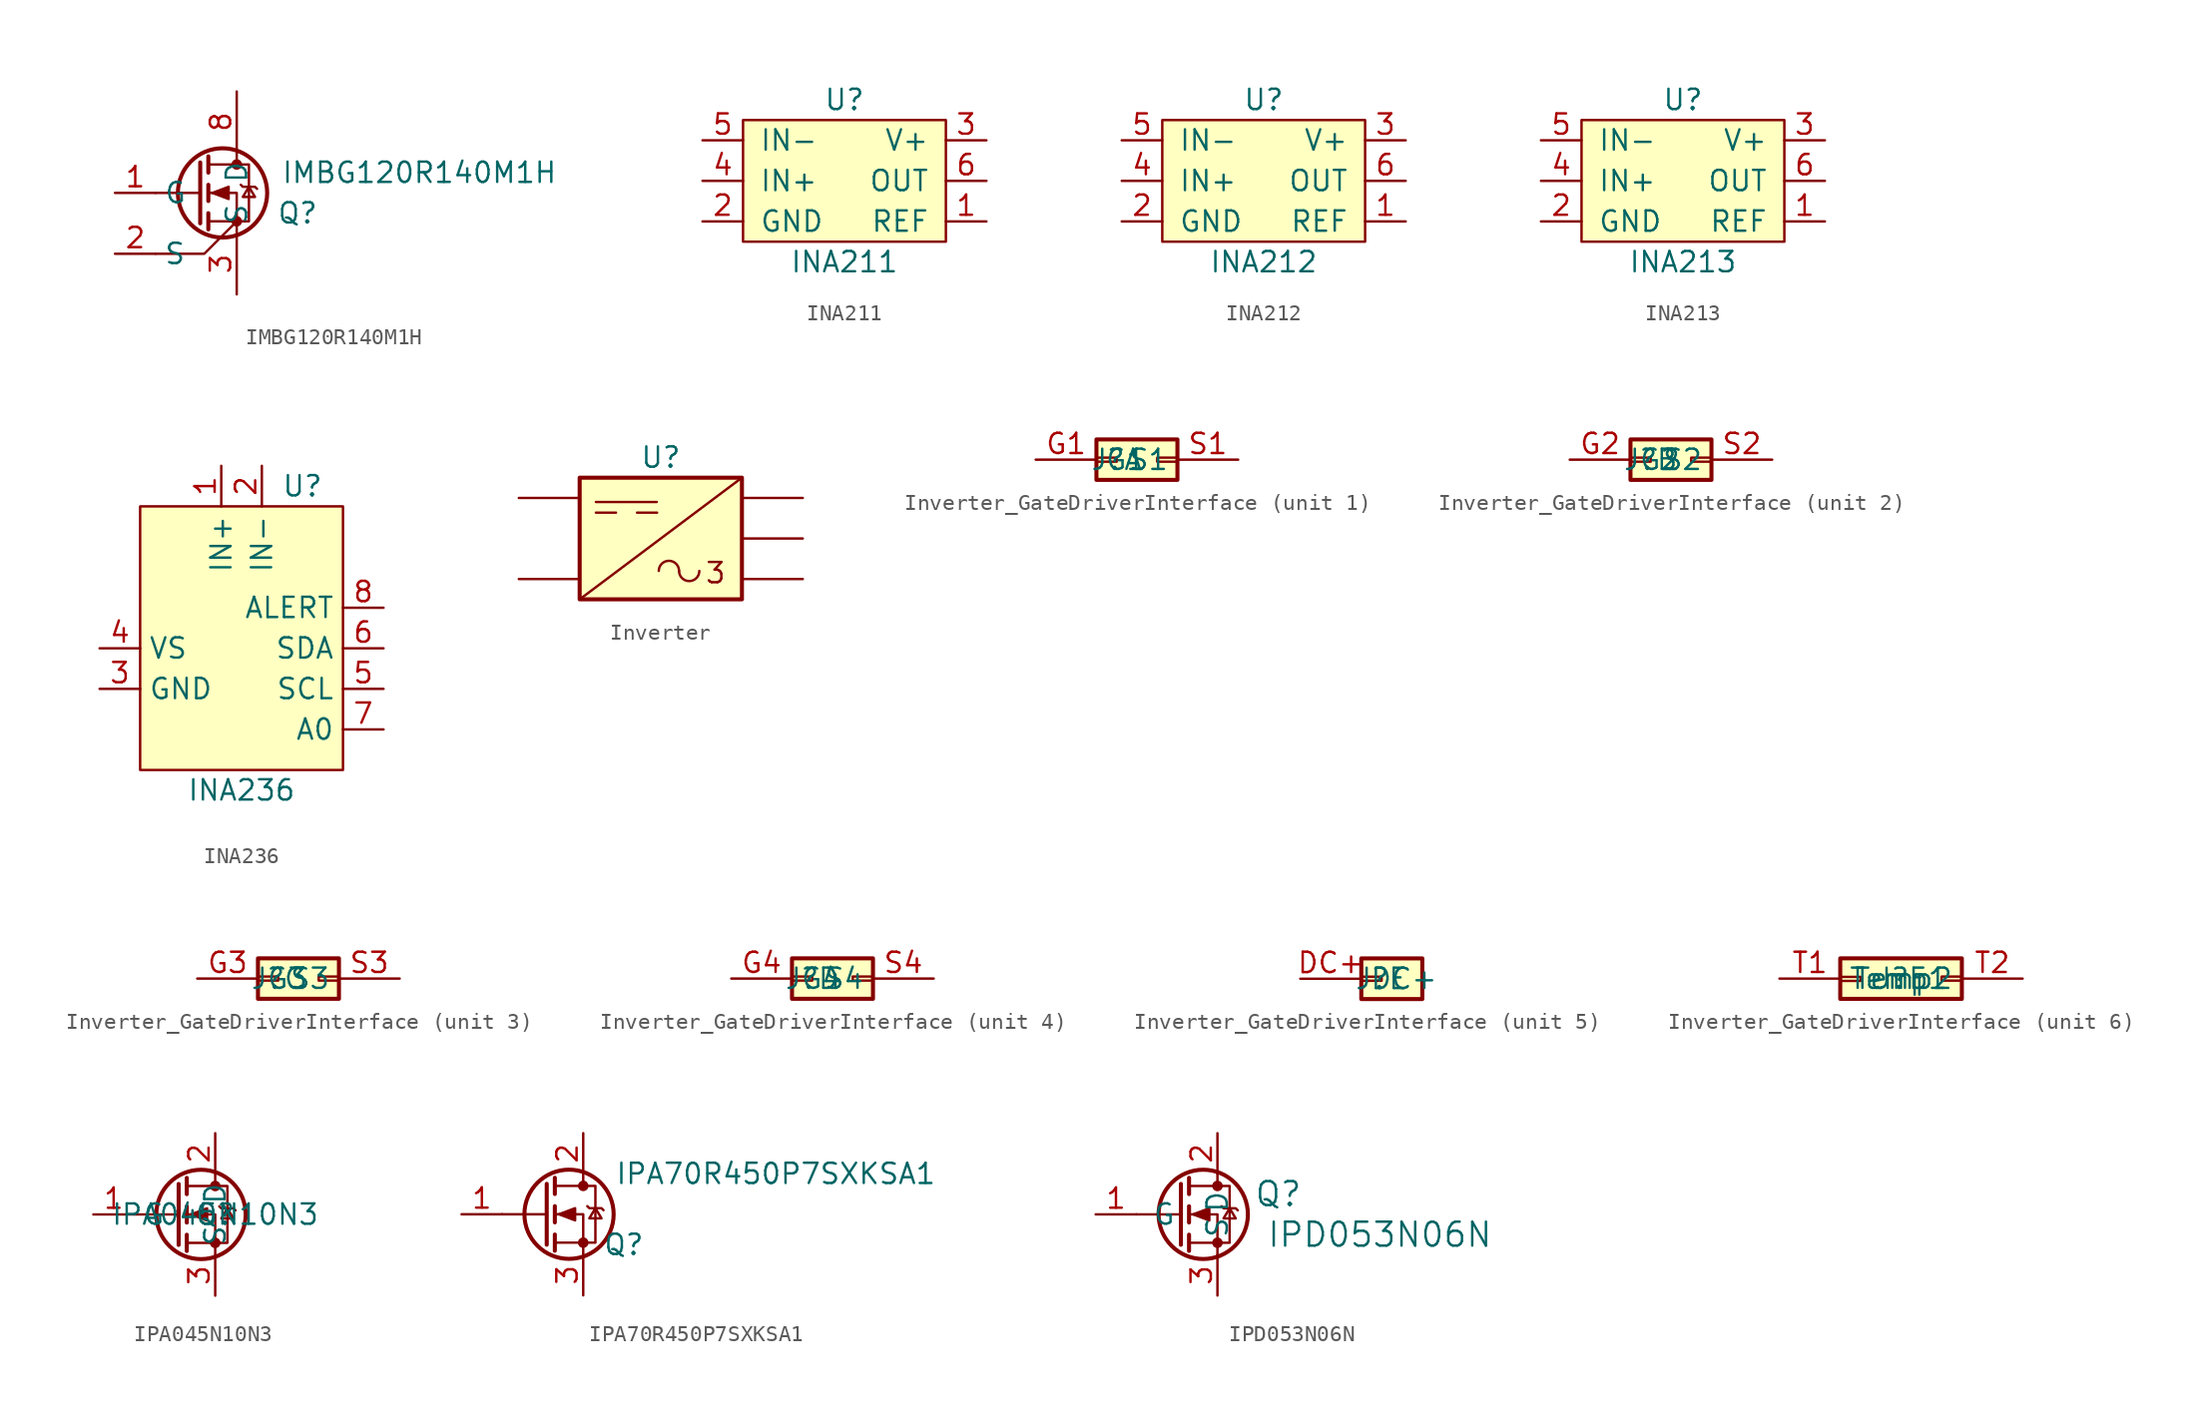
<source format=kicad_sym>
(kicad_symbol_lib
  (version 20231120)
  (generator "kicad_symbol_editor")
  (generator_version "8.0")
  (symbol "IMBG120R140M1H"
    (property "Reference" "Q"
      (at 3.81 -1.27 0)
      (effects (font (size 1.27 1.27))))
    (property "Value" "IMBG120R140M1H"
      (at 11.43 1.27 0)
      (effects (font (size 1.27 1.27))))
    (symbol "IMBG120R140M1H_0_1"
      (circle (center -0.889 0) (radius 2.794) (stroke (width 0.254) (type default)) (fill (type none)))
      (circle (center 0 -1.778) (radius 0.254) (stroke (width 0) (type default)) (fill (type outline)))
      (polyline (pts (xy -2.286 0) (xy -5.08 0)) (stroke (width 0) (type default)) (fill (type none)))
      (polyline (pts (xy -2.286 1.905) (xy -2.286 -1.905)) (stroke (width 0.254) (type default)) (fill (type none)))
      (polyline (pts (xy -1.778 -1.27) (xy -1.778 -2.286)) (stroke (width 0.254) (type default)) (fill (type none)))
      (polyline (pts (xy -1.778 0.508) (xy -1.778 -0.508)) (stroke (width 0.254) (type default)) (fill (type none)))
      (polyline (pts (xy -1.778 2.286) (xy -1.778 1.27)) (stroke (width 0.254) (type default)) (fill (type none)))
      (polyline (pts (xy 0 2.54) (xy 0 1.778)) (stroke (width 0) (type default)) (fill (type none)))
      (polyline (pts (xy 0 -2.54) (xy 0 0) (xy -1.778 0)) (stroke (width 0) (type default)) (fill (type none)))
      (polyline (pts (xy 0 -1.778) (xy -2.032 -3.81) (xy -5.08 -3.81)) (stroke (width 0) (type default)) (fill (type none)))
      (polyline (pts (xy -1.778 -1.778) (xy 0.762 -1.778) (xy 0.762 1.778) (xy -1.778 1.778)) (stroke (width 0) (type default)) (fill (type none)))
      (polyline (pts (xy -1.524 0) (xy -0.508 0.381) (xy -0.508 -0.381) (xy -1.524 0)) (stroke (width 0) (type default)) (fill (type outline)))
      (polyline (pts (xy 0.254 0.508) (xy 0.381 0.381) (xy 1.143 0.381) (xy 1.27 0.254)) (stroke (width 0) (type default)) (fill (type none)))
      (polyline (pts (xy 0.762 0.381) (xy 0.381 -0.254) (xy 1.143 -0.254) (xy 0.762 0.381)) (stroke (width 0) (type default)) (fill (type none)))
      (circle (center 0 1.778) (radius 0.254) (stroke (width 0) (type default)) (fill (type outline))))
    (symbol "IMBG120R140M1H_1_1"
      (pin passive line (at -7.62 0 0) (length 2.54) (name "G" (effects (font (size 1.27 1.27)))) (number "1" (effects (font (size 1.27 1.27)))))
      (pin passive line (at -7.62 -3.81 0) (length 2.54) (name "S" (effects (font (size 1.27 1.27)))) (number "2" (effects (font (size 1.27 1.27)))))
      (pin passive line (at 0 -6.35 90) (length 3.81) (name "S" (effects (font (size 1.27 1.27)))) (number "3" (effects (font (size 1.27 1.27)))))
      (pin passive line (at 0 -6.35 90) (length 3.81) hide (name "S" (effects (font (size 1.27 1.27)))) (number "4" (effects (font (size 1.27 1.27)))))
      (pin passive line (at 0 -6.35 90) (length 3.81) hide (name "S" (effects (font (size 1.27 1.27)))) (number "5" (effects (font (size 1.27 1.27)))))
      (pin passive line (at 0 -6.35 90) (length 3.81) hide (name "S" (effects (font (size 1.27 1.27)))) (number "6" (effects (font (size 1.27 1.27)))))
      (pin passive line (at 0 -6.35 90) (length 3.81) hide (name "S" (effects (font (size 1.27 1.27)))) (number "7" (effects (font (size 1.27 1.27)))))
      (pin passive line (at 0 6.35 270) (length 3.81) (name "D" (effects (font (size 1.27 1.27)))) (number "8" (effects (font (size 1.27 1.27)))))))
  (symbol "INA211"
    (pin_names
      (offset 1.016))
    (property "Reference" "U"
      (at 0 5.08 0)
      (effects (font (size 1.27 1.27))))
    (property "Value" "INA211"
      (at 0 -5.08 0)
      (effects (font (size 1.27 1.27))))
    (symbol "INA211_0_0"
      (pin input line (at 8.89 -2.54 180) (length 2.54) (name "REF" (effects (font (size 1.27 1.27)))) (number "1" (effects (font (size 1.27 1.27)))))
      (pin power_in line (at -8.89 -2.54 0) (length 2.54) (name "GND" (effects (font (size 1.27 1.27)))) (number "2" (effects (font (size 1.27 1.27)))))
      (pin power_in line (at 8.89 2.54 180) (length 2.54) (name "V+" (effects (font (size 1.27 1.27)))) (number "3" (effects (font (size 1.27 1.27)))))
      (pin input line (at -8.89 0 0) (length 2.54) (name "IN+" (effects (font (size 1.27 1.27)))) (number "4" (effects (font (size 1.27 1.27)))))
      (pin input line (at -8.89 2.54 0) (length 2.54) (name "IN-" (effects (font (size 1.27 1.27)))) (number "5" (effects (font (size 1.27 1.27)))))
      (pin output line (at 8.89 0 180) (length 2.54) (name "OUT" (effects (font (size 1.27 1.27)))) (number "6" (effects (font (size 1.27 1.27))))))
    (symbol "INA211_0_1"
      (rectangle (start 6.35 -3.81) (end -6.35 3.81) (stroke (width 0) (type default)) (fill (type background)))))
  (symbol "INA212"
    (pin_names
      (offset 1.016))
    (property "Reference" "U"
      (at 0 5.08 0)
      (effects (font (size 1.27 1.27))))
    (property "Value" "INA212"
      (at 0 -5.08 0)
      (effects (font (size 1.27 1.27))))
    (symbol "INA212_0_0"
      (pin input line (at 8.89 -2.54 180) (length 2.54) (name "REF" (effects (font (size 1.27 1.27)))) (number "1" (effects (font (size 1.27 1.27)))))
      (pin power_in line (at -8.89 -2.54 0) (length 2.54) (name "GND" (effects (font (size 1.27 1.27)))) (number "2" (effects (font (size 1.27 1.27)))))
      (pin power_in line (at 8.89 2.54 180) (length 2.54) (name "V+" (effects (font (size 1.27 1.27)))) (number "3" (effects (font (size 1.27 1.27)))))
      (pin input line (at -8.89 0 0) (length 2.54) (name "IN+" (effects (font (size 1.27 1.27)))) (number "4" (effects (font (size 1.27 1.27)))))
      (pin input line (at -8.89 2.54 0) (length 2.54) (name "IN-" (effects (font (size 1.27 1.27)))) (number "5" (effects (font (size 1.27 1.27)))))
      (pin output line (at 8.89 0 180) (length 2.54) (name "OUT" (effects (font (size 1.27 1.27)))) (number "6" (effects (font (size 1.27 1.27))))))
    (symbol "INA212_0_1"
      (rectangle (start -6.35 3.81) (end 6.35 -3.81) (stroke (width 0) (type default)) (fill (type background)))))
  (symbol "INA213"
    (pin_names
      (offset 1.016))
    (property "Reference" "U"
      (at 0 5.08 0)
      (effects (font (size 1.27 1.27))))
    (property "Value" "INA213"
      (at 0 -5.08 0)
      (effects (font (size 1.27 1.27))))
    (symbol "INA213_0_0"
      (pin input line (at 8.89 -2.54 180) (length 2.54) (name "REF" (effects (font (size 1.27 1.27)))) (number "1" (effects (font (size 1.27 1.27)))))
      (pin power_in line (at -8.89 -2.54 0) (length 2.54) (name "GND" (effects (font (size 1.27 1.27)))) (number "2" (effects (font (size 1.27 1.27)))))
      (pin power_in line (at 8.89 2.54 180) (length 2.54) (name "V+" (effects (font (size 1.27 1.27)))) (number "3" (effects (font (size 1.27 1.27)))))
      (pin input line (at -8.89 0 0) (length 2.54) (name "IN+" (effects (font (size 1.27 1.27)))) (number "4" (effects (font (size 1.27 1.27)))))
      (pin input line (at -8.89 2.54 0) (length 2.54) (name "IN-" (effects (font (size 1.27 1.27)))) (number "5" (effects (font (size 1.27 1.27)))))
      (pin output line (at 8.89 0 180) (length 2.54) (name "OUT" (effects (font (size 1.27 1.27)))) (number "6" (effects (font (size 1.27 1.27))))))
    (symbol "INA213_0_1"
      (rectangle (start 6.35 -3.81) (end -6.35 3.81) (stroke (width 0) (type default)) (fill (type background)))))
  (symbol "INA236"
    (property "Reference" "U"
      (at 3.81 11.43 0)
      (effects (font (size 1.27 1.27))))
    (property "Value" "INA236"
      (at 0 -7.62 0)
      (effects (font (size 1.27 1.27))))
    (symbol "INA236_1_1"
      (rectangle (start -6.35 10.16) (end 6.35 -6.35) (stroke (width 0) (type default)) (fill (type background)))
      (pin input line (at -1.27 12.7 270) (length 2.54) (name "IN+" (effects (font (size 1.27 1.27)))) (number "1" (effects (font (size 1.27 1.27)))))
      (pin input line (at 1.27 12.7 270) (length 2.54) (name "IN-" (effects (font (size 1.27 1.27)))) (number "2" (effects (font (size 1.27 1.27)))))
      (pin input line (at -8.89 -1.27 0) (length 2.54) (name "GND" (effects (font (size 1.27 1.27)))) (number "3" (effects (font (size 1.27 1.27)))))
      (pin input line (at -8.89 1.27 0) (length 2.54) (name "VS" (effects (font (size 1.27 1.27)))) (number "4" (effects (font (size 1.27 1.27)))))
      (pin input line (at 8.89 -1.27 180) (length 2.54) (name "SCL" (effects (font (size 1.27 1.27)))) (number "5" (effects (font (size 1.27 1.27)))))
      (pin input line (at 8.89 1.27 180) (length 2.54) (name "SDA" (effects (font (size 1.27 1.27)))) (number "6" (effects (font (size 1.27 1.27)))))
      (pin input line (at 8.89 -3.81 180) (length 2.54) (name "A0" (effects (font (size 1.27 1.27)))) (number "7" (effects (font (size 1.27 1.27)))))
      (pin input line (at 8.89 3.81 180) (length 2.54) (name "ALERT" (effects (font (size 1.27 1.27)))) (number "8" (effects (font (size 1.27 1.27)))))))
  (symbol "Inverter"
    (property "Reference" "U"
      (at 0 0 0)
      (effects (font (size 1.27 1.27))))
    (property "Value" ""
      (at 0 0 0)
      (effects (font (size 1.27 1.27))))
    (symbol "Inverter_0_0"
      (rectangle (start -5.08 -1.27) (end 5.08 -8.89) (stroke (width 0.254) (type default)) (fill (type background))))
    (symbol "Inverter_0_1"
      (polyline (pts (xy -4.064 -2.794) (xy -0.254 -2.794)) (stroke (width 0) (type default)) (fill (type none)))
      (polyline (pts (xy -5.08 -8.89) (xy 5.08 -1.27) (xy -5.08 -8.89)) (stroke (width 0) (type default)) (fill (type none)))
      (arc (start 1.143 -7.112) (mid 0.508 -6.477) (end -0.127 -7.112) (stroke (width 0) (type default)) (fill (type none)))
      (arc (start 1.143 -7.112) (mid 1.778 -7.747) (end 2.413 -7.112) (stroke (width 0) (type default)) (fill (type none))))
    (symbol "Inverter_1_0"
      (pin output line (at -8.89 -7.62 0) (length 3.81) (name "" (effects (font (size 1.016 1.016)))) (number "" (effects (font (size 1.016 1.016)))))
      (pin output line (at -8.89 -2.54 0) (length 3.81) (name "" (effects (font (size 1.016 1.016)))) (number "" (effects (font (size 1.016 1.016)))))
      (pin output line (at 8.89 -7.62 180) (length 3.81) (name "" (effects (font (size 1.016 1.016)))) (number "" (effects (font (size 1.016 1.016)))))
      (pin output line (at 8.89 -5.08 180) (length 3.81) (name "" (effects (font (size 1.016 1.016)))) (number "" (effects (font (size 1.016 1.016)))))
      (pin output line (at 8.89 -2.54 180) (length 3.81) (name "" (effects (font (size 1.016 1.016)))) (number "" (effects (font (size 1.016 1.016))))))
    (symbol "Inverter_1_1"
      (polyline (pts (xy -4.064 -3.461) (xy -2.806 -3.461)) (stroke (width 0) (type default)) (fill (type none)))
      (polyline (pts (xy -1.49 -3.461) (xy -0.233 -3.461)) (stroke (width 0) (type default)) (fill (type none)))
      (text "3" (at 3.429 -7.239 0) (effects (font (size 1.27 1.27))))))
  (symbol "Inverter_GateDriverInterface"
    (property "Reference" "J"
      (at 0 0 0)
      (effects (font (size 1.27 1.27))))
    (property "Value" ""
      (at 0 0 0)
      (effects (font (size 1.27 1.27))))
    (symbol "Inverter_GateDriverInterface_1_1"
      (rectangle (start -1.27 0.127) (end 0 -0.127) (stroke (width 0.152) (type default)) (fill (type none)))
      (rectangle (start -1.27 1.27) (end 3.81 -1.27) (stroke (width 0.254) (type default)) (fill (type background)))
      (rectangle (start 3.81 0.127) (end 2.54 -0.127) (stroke (width 0.152) (type default)) (fill (type none)))
      (pin passive line (at -5.08 0 0) (length 3.81) (name "G1" (effects (font (size 1.27 1.27)))) (number "G1" (effects (font (size 1.27 1.27)))))
      (pin passive line (at 7.62 0 180) (length 3.81) (name "S1" (effects (font (size 1.27 1.27)))) (number "S1" (effects (font (size 1.27 1.27))))))
    (symbol "Inverter_GateDriverInterface_2_1"
      (rectangle (start -1.27 0.127) (end 0 -0.127) (stroke (width 0.152) (type default)) (fill (type none)))
      (rectangle (start -1.27 1.27) (end 3.81 -1.27) (stroke (width 0.254) (type default)) (fill (type background)))
      (rectangle (start 3.81 0.127) (end 2.54 -0.127) (stroke (width 0.152) (type default)) (fill (type none)))
      (pin passive line (at -5.08 0 0) (length 3.81) (name "G2" (effects (font (size 1.27 1.27)))) (number "G2" (effects (font (size 1.27 1.27)))))
      (pin passive line (at 7.62 0 180) (length 3.81) (name "S2" (effects (font (size 1.27 1.27)))) (number "S2" (effects (font (size 1.27 1.27))))))
    (symbol "Inverter_GateDriverInterface_3_1"
      (rectangle (start -1.27 0.127) (end 0 -0.127) (stroke (width 0.152) (type default)) (fill (type none)))
      (rectangle (start -1.27 1.27) (end 3.81 -1.27) (stroke (width 0.254) (type default)) (fill (type background)))
      (rectangle (start 3.81 0.127) (end 2.54 -0.127) (stroke (width 0.152) (type default)) (fill (type none)))
      (pin passive line (at -5.08 0 0) (length 3.81) (name "G3" (effects (font (size 1.27 1.27)))) (number "G3" (effects (font (size 1.27 1.27)))))
      (pin passive line (at 7.62 0 180) (length 3.81) (name "S3" (effects (font (size 1.27 1.27)))) (number "S3" (effects (font (size 1.27 1.27))))))
    (symbol "Inverter_GateDriverInterface_4_1"
      (rectangle (start -1.27 0.127) (end 0 -0.127) (stroke (width 0.152) (type default)) (fill (type none)))
      (rectangle (start -1.27 1.27) (end 3.81 -1.27) (stroke (width 0.254) (type default)) (fill (type background)))
      (rectangle (start 3.81 0.127) (end 2.54 -0.127) (stroke (width 0.152) (type default)) (fill (type none)))
      (pin passive line (at -5.08 0 0) (length 3.81) (name "G4" (effects (font (size 1.27 1.27)))) (number "G4" (effects (font (size 1.27 1.27)))))
      (pin passive line (at 7.62 0 180) (length 3.81) (name "S4" (effects (font (size 1.27 1.27)))) (number "S4" (effects (font (size 1.27 1.27))))))
    (symbol "Inverter_GateDriverInterface_5_1"
      (rectangle (start -1.27 0.127) (end 0 -0.127) (stroke (width 0.152) (type default)) (fill (type none)))
      (rectangle (start -1.27 1.27) (end 2.54 -1.27) (stroke (width 0.254) (type default)) (fill (type background)))
      (pin passive line (at -5.08 0 0) (length 3.81) (name "DC+" (effects (font (size 1.27 1.27)))) (number "DC+" (effects (font (size 1.27 1.27))))))
    (symbol "Inverter_GateDriverInterface_6_1"
      (rectangle (start -3.81 1.27) (end 3.81 -1.27) (stroke (width 0.254) (type default)) (fill (type background)))
      (rectangle (start -3.799 0.108) (end -2.529 -0.146) (stroke (width 0.152) (type default)) (fill (type none)))
      (rectangle (start 3.81 0.127) (end 2.54 -0.127) (stroke (width 0.152) (type default)) (fill (type none)))
      (pin passive line (at -7.62 0 0) (length 3.81) (name "Temp1" (effects (font (size 1.27 1.27)))) (number "T1" (effects (font (size 1.27 1.27)))))
      (pin passive line (at 7.62 0 180) (length 3.81) (name "Temp2" (effects (font (size 1.27 1.27)))) (number "T2" (effects (font (size 1.27 1.27)))))))
  (symbol "IPA045N10N3"
    (property "Reference" "Q"
      (at 0 0 0)
      (effects (font (size 1.27 1.27))))
    (property "Value" "IPA045N10N3"
      (at 0 0 0)
      (effects (font (size 1.27 1.27))))
    (symbol "IPA045N10N3_1_1"
      (circle (center -0.889 0) (radius 2.794) (stroke (width 0.254) (type default)) (fill (type none)))
      (circle (center 0 -1.778) (radius 0.254) (stroke (width 0) (type default)) (fill (type outline)))
      (polyline (pts (xy -2.286 0) (xy -5.08 0)) (stroke (width 0) (type default)) (fill (type none)))
      (polyline (pts (xy -2.286 1.905) (xy -2.286 -1.905)) (stroke (width 0.254) (type default)) (fill (type none)))
      (polyline (pts (xy -1.778 -1.27) (xy -1.778 -2.286)) (stroke (width 0.254) (type default)) (fill (type none)))
      (polyline (pts (xy -1.778 0.508) (xy -1.778 -0.508)) (stroke (width 0.254) (type default)) (fill (type none)))
      (polyline (pts (xy -1.778 2.286) (xy -1.778 1.27)) (stroke (width 0.254) (type default)) (fill (type none)))
      (polyline (pts (xy 0 2.54) (xy 0 1.778)) (stroke (width 0) (type default)) (fill (type none)))
      (polyline (pts (xy 0 -2.54) (xy 0 0) (xy -1.778 0)) (stroke (width 0) (type default)) (fill (type none)))
      (polyline (pts (xy -1.778 -1.778) (xy 0.762 -1.778) (xy 0.762 1.778) (xy -1.778 1.778)) (stroke (width 0) (type default)) (fill (type none)))
      (polyline (pts (xy -1.524 0) (xy -0.508 0.381) (xy -0.508 -0.381) (xy -1.524 0)) (stroke (width 0) (type default)) (fill (type outline)))
      (polyline (pts (xy 0.254 0.508) (xy 0.381 0.381) (xy 1.143 0.381) (xy 1.27 0.254)) (stroke (width 0) (type default)) (fill (type none)))
      (polyline (pts (xy 0.762 0.381) (xy 0.381 -0.254) (xy 1.143 -0.254) (xy 0.762 0.381)) (stroke (width 0) (type default)) (fill (type none)))
      (circle (center 0 1.778) (radius 0.254) (stroke (width 0) (type default)) (fill (type outline)))
      (pin input line (at -7.62 0 0) (length 2.54) (name "G" (effects (font (size 1.27 1.27)))) (number "1" (effects (font (size 1.27 1.27)))))
      (pin passive line (at 0 5.08 270) (length 2.54) (name "D" (effects (font (size 1.27 1.27)))) (number "2" (effects (font (size 1.27 1.27)))))
      (pin passive line (at 0 -5.08 90) (length 2.54) (name "S" (effects (font (size 1.27 1.27)))) (number "3" (effects (font (size 1.27 1.27)))))))
  (symbol "IPA70R450P7SXKSA1"
    (pin_names
      (offset 0) hide)
    (property "Reference" "Q"
      (at 2.54 -1.905 0)
      (effects (font (size 1.27 1.27))))
    (property "Value" "IPA70R450P7SXKSA1"
      (at 12.065 2.54 0)
      (effects (font (size 1.27 1.27))))
    (symbol "IPA70R450P7SXKSA1_0_1"
      (circle (center -0.889 0) (radius 2.794) (stroke (width 0.254) (type default)) (fill (type none)))
      (circle (center 0 -1.778) (radius 0.254) (stroke (width 0) (type default)) (fill (type outline)))
      (polyline (pts (xy -2.286 0) (xy -5.08 0)) (stroke (width 0) (type default)) (fill (type none)))
      (polyline (pts (xy -2.286 1.905) (xy -2.286 -1.905)) (stroke (width 0.254) (type default)) (fill (type none)))
      (polyline (pts (xy -1.778 -1.27) (xy -1.778 -2.286)) (stroke (width 0.254) (type default)) (fill (type none)))
      (polyline (pts (xy -1.778 0.508) (xy -1.778 -0.508)) (stroke (width 0.254) (type default)) (fill (type none)))
      (polyline (pts (xy -1.778 2.286) (xy -1.778 1.27)) (stroke (width 0.254) (type default)) (fill (type none)))
      (polyline (pts (xy 0 2.54) (xy 0 1.778)) (stroke (width 0) (type default)) (fill (type none)))
      (polyline (pts (xy 0 -2.54) (xy 0 0) (xy -1.778 0)) (stroke (width 0) (type default)) (fill (type none)))
      (polyline (pts (xy -1.778 -1.778) (xy 0.762 -1.778) (xy 0.762 1.778) (xy -1.778 1.778)) (stroke (width 0) (type default)) (fill (type none)))
      (polyline (pts (xy -1.524 0) (xy -0.508 0.381) (xy -0.508 -0.381) (xy -1.524 0)) (stroke (width 0) (type default)) (fill (type outline)))
      (polyline (pts (xy 0.254 0.508) (xy 0.381 0.381) (xy 1.143 0.381) (xy 1.27 0.254)) (stroke (width 0) (type default)) (fill (type none)))
      (polyline (pts (xy 0.762 0.381) (xy 0.381 -0.254) (xy 1.143 -0.254) (xy 0.762 0.381)) (stroke (width 0) (type default)) (fill (type none)))
      (circle (center 0 1.778) (radius 0.254) (stroke (width 0) (type default)) (fill (type outline))))
    (symbol "IPA70R450P7SXKSA1_1_1"
      (pin input line (at -7.62 0 0) (length 2.54) (name "G" (effects (font (size 1.27 1.27)))) (number "1" (effects (font (size 1.27 1.27)))))
      (pin passive line (at 0 5.08 270) (length 2.54) (name "D" (effects (font (size 1.27 1.27)))) (number "2" (effects (font (size 1.27 1.27)))))
      (pin passive line (at 0 -5.08 90) (length 2.54) (name "S" (effects (font (size 1.27 1.27)))) (number "3" (effects (font (size 1.27 1.27)))))))
  (symbol "IPD053N06N"
    (pin_names
      (offset 1.016))
    (property "Reference" "Q"
      (at 6.35 1.27 0)
      (effects (font (size 1.499 1.499))))
    (property "Value" "IPD053N06N"
      (at 12.7 -1.27 0)
      (effects (font (size 1.499 1.499))))
    (symbol "IPD053N06N_1_1"
      (polyline (pts (xy 0.254 0) (xy -2.54 0)) (stroke (width 0) (type default)) (fill (type none)))
      (polyline (pts (xy 0.254 1.905) (xy 0.254 -1.905)) (stroke (width 0.254) (type default)) (fill (type none)))
      (polyline (pts (xy 0.762 -1.27) (xy 0.762 -2.286)) (stroke (width 0.254) (type default)) (fill (type none)))
      (polyline (pts (xy 0.762 0.508) (xy 0.762 -0.508)) (stroke (width 0.254) (type default)) (fill (type none)))
      (polyline (pts (xy 0.762 2.286) (xy 0.762 1.27)) (stroke (width 0.254) (type default)) (fill (type none)))
      (polyline (pts (xy 2.54 2.54) (xy 2.54 1.778)) (stroke (width 0) (type default)) (fill (type none)))
      (polyline (pts (xy 2.54 -2.54) (xy 2.54 0) (xy 0.762 0)) (stroke (width 0) (type default)) (fill (type none)))
      (polyline (pts (xy 0.762 -1.778) (xy 3.302 -1.778) (xy 3.302 1.778) (xy 0.762 1.778)) (stroke (width 0) (type default)) (fill (type none)))
      (polyline (pts (xy 1.016 0) (xy 2.032 0.381) (xy 2.032 -0.381) (xy 1.016 0)) (stroke (width 0) (type default)) (fill (type outline)))
      (polyline (pts (xy 2.794 0.508) (xy 2.921 0.381) (xy 3.683 0.381) (xy 3.81 0.254)) (stroke (width 0) (type default)) (fill (type none)))
      (polyline (pts (xy 3.302 0.381) (xy 2.921 -0.254) (xy 3.683 -0.254) (xy 3.302 0.381)) (stroke (width 0) (type default)) (fill (type none)))
      (circle (center 1.651 0) (radius 2.794) (stroke (width 0.254) (type default)) (fill (type none)))
      (circle (center 2.54 -1.778) (radius 0.254) (stroke (width 0) (type default)) (fill (type outline)))
      (circle (center 2.54 1.778) (radius 0.254) (stroke (width 0) (type default)) (fill (type outline)))
      (pin input line (at -5.08 0 0) (length 2.54) (name "G" (effects (font (size 1.27 1.27)))) (number "1" (effects (font (size 1.27 1.27)))))
      (pin passive line (at 2.54 5.08 270) (length 2.54) (name "D" (effects (font (size 1.27 1.27)))) (number "2" (effects (font (size 1.27 1.27)))))
      (pin passive line (at 2.54 -5.08 90) (length 2.54) (name "S" (effects (font (size 1.27 1.27)))) (number "3" (effects (font (size 1.27 1.27))))))))
</source>
